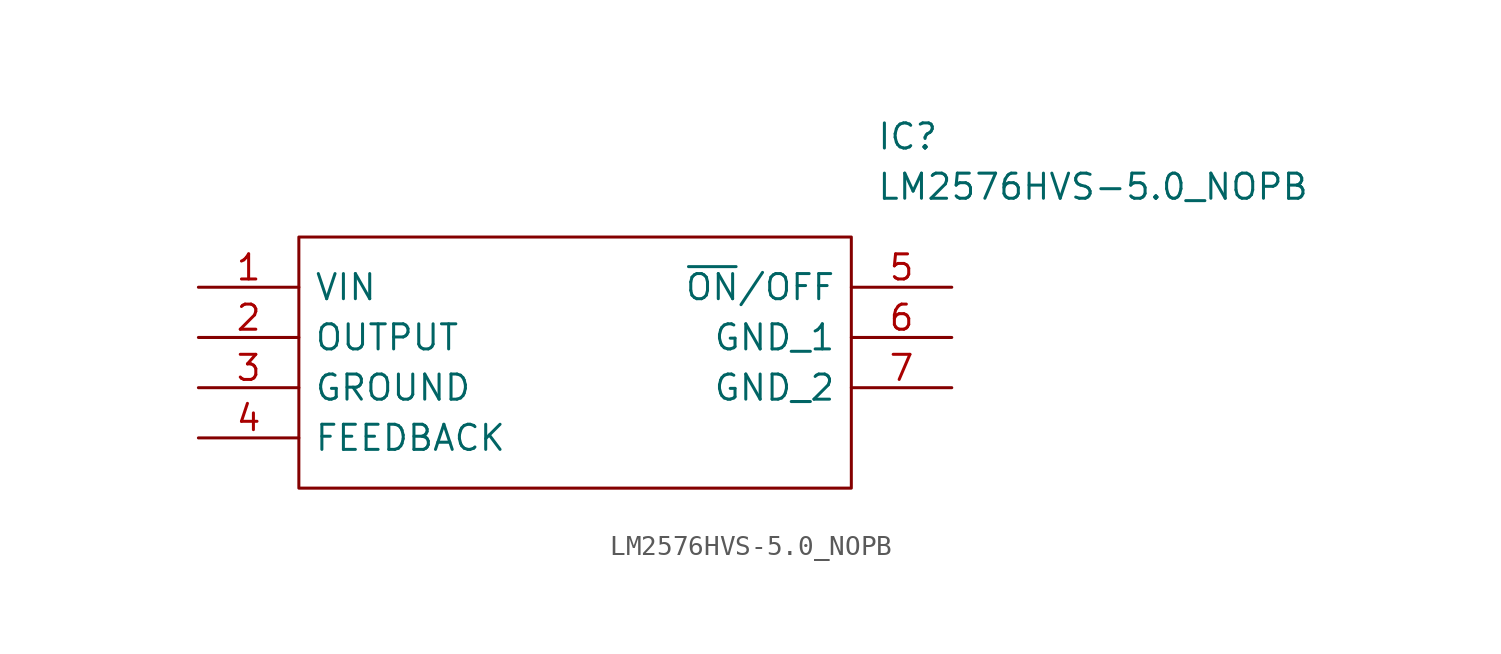
<source format=kicad_sym>
(kicad_symbol_lib
  (version 20211014)
  (generator kicad_symbol_editor)
  (symbol "LM2576HVS-5.0_NOPB"
    (pin_names
      (offset 0.762))
    (property "Reference" "IC"
      (at 34.29 7.62 0)
      (effects (font (size 1.27 1.27)) (justify left)))
    (property "Value" "LM2576HVS-5.0_NOPB"
      (at 34.29 5.08 0)
      (effects (font (size 1.27 1.27)) (justify left)))
    (symbol "LM2576HVS-5.0_NOPB_0_0"
      (pin passive line (at 0 0 0) (length 5.08) (name "VIN" (effects (font (size 1.27 1.27)))) (number "1" (effects (font (size 1.27 1.27)))))
      (pin passive line (at 0 -2.54 0) (length 5.08) (name "OUTPUT" (effects (font (size 1.27 1.27)))) (number "2" (effects (font (size 1.27 1.27)))))
      (pin passive line (at 0 -5.08 0) (length 5.08) (name "GROUND" (effects (font (size 1.27 1.27)))) (number "3" (effects (font (size 1.27 1.27)))))
      (pin passive line (at 0 -7.62 0) (length 5.08) (name "FEEDBACK" (effects (font (size 1.27 1.27)))) (number "4" (effects (font (size 1.27 1.27)))))
      (pin passive line (at 38.1 0 180) (length 5.08) (name "~{ON}/OFF" (effects (font (size 1.27 1.27)))) (number "5" (effects (font (size 1.27 1.27)))))
      (pin passive line (at 38.1 -2.54 180) (length 5.08) (name "GND_1" (effects (font (size 1.27 1.27)))) (number "6" (effects (font (size 1.27 1.27)))))
      (pin passive line (at 38.1 -5.08 180) (length 5.08) (name "GND_2" (effects (font (size 1.27 1.27)))) (number "7" (effects (font (size 1.27 1.27))))))
    (symbol "LM2576HVS-5.0_NOPB_0_1"
      (polyline (pts (xy 5.08 2.54) (xy 33.02 2.54) (xy 33.02 -10.16) (xy 5.08 -10.16) (xy 5.08 2.54)) (stroke (width 0.152) (type default) (color 0 0 0 0)) (fill (type none))))))
</source>
